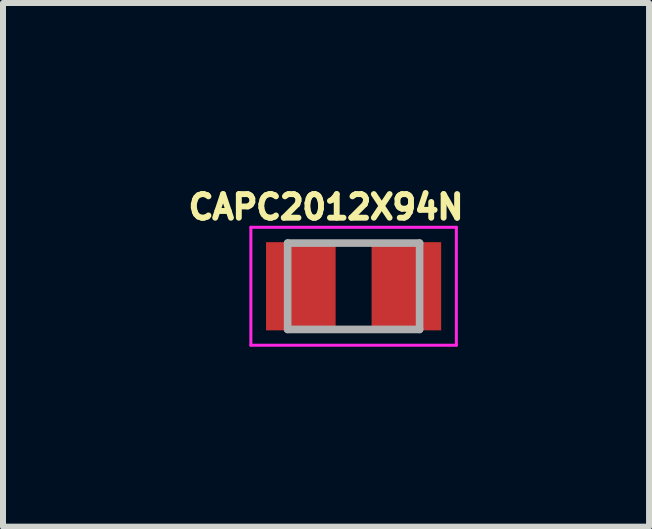
<source format=kicad_pcb>
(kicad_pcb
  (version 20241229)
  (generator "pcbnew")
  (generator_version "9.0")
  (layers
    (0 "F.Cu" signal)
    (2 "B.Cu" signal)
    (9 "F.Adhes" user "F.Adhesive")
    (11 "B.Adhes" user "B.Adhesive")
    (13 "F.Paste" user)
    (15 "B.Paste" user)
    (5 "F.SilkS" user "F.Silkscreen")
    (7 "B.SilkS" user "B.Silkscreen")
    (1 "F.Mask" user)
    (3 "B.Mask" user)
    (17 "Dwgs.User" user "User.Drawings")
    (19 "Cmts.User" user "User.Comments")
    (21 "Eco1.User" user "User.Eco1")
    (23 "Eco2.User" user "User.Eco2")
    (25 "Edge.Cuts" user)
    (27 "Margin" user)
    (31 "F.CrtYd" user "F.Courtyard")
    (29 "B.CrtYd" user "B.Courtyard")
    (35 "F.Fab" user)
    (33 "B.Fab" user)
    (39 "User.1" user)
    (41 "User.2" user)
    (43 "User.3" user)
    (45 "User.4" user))
  (footprint "CAPC2012X94N"
    (layer "F.Cu")
    (at 2.846 1.723)
    (property "Reference" "CAPC2012X94N" (at -0.46 -1.32 0) (layer "F.SilkS") (effects (font (size 0.394 0.394) (thickness 0.15))))
    (attr smd)
    (fp_line (start -1.713 -0.983) (end 1.713 -0.983) (stroke (width 0.05) (type solid)) (layer "F.CrtYd"))
    (fp_line (start -1.713 0.983) (end -1.713 -0.983) (stroke (width 0.05) (type solid)) (layer "F.CrtYd"))
    (fp_line (start -1.713 0.983) (end 1.713 0.983) (stroke (width 0.05) (type solid)) (layer "F.CrtYd"))
    (fp_line (start 1.713 0.983) (end 1.713 -0.983) (stroke (width 0.05) (type solid)) (layer "F.CrtYd"))
    (fp_line (start -1.1 0.72) (end -1.1 -0.72) (stroke (width 0.127) (type solid)) (layer "F.Fab"))
    (fp_line (start 1.1 -0.72) (end -1.1 -0.72) (stroke (width 0.127) (type solid)) (layer "F.Fab"))
    (fp_line (start 1.1 0.72) (end -1.1 0.72) (stroke (width 0.127) (type solid)) (layer "F.Fab"))
    (fp_line (start 1.1 0.72) (end 1.1 -0.72) (stroke (width 0.127) (type solid)) (layer "F.Fab"))
    (pad "1" smd rect (at -0.88 0) (size 1.16 1.47) (layers "F.Cu" "F.Mask" "F.Paste"))
    (pad "2" smd rect (at 0.88 0) (size 1.16 1.47) (layers "F.Cu" "F.Mask" "F.Paste")))
  (gr_rect
    (start -3 -3)
    (end 7.772 5.731)
    (stroke (width 0.1) (type default))
    (fill no)
    (layer "Edge.Cuts")))
</source>
